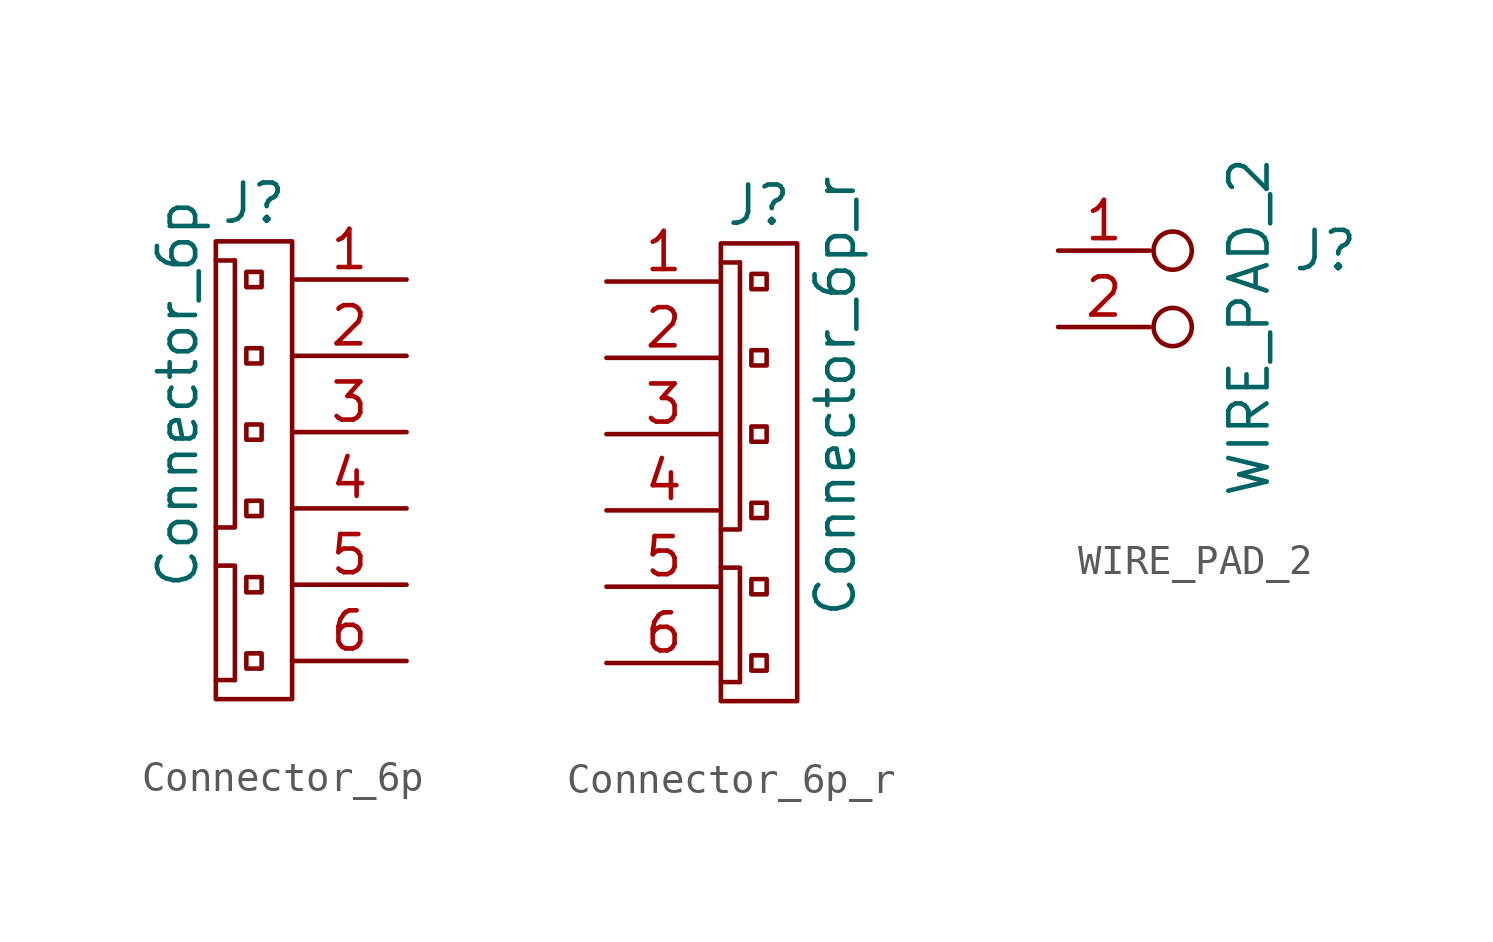
<source format=kicad_sym>
(kicad_symbol_lib
  (version 20211014)
  (generator kicad_symbol_editor)
  (symbol "Connector_6p"
    (pin_names
      (offset 1.016) hide)
    (property "Reference" "J"
      (at 0 8.89 0)
      (effects (font (size 1.27 1.27))))
    (property "Value" "Connector_6p"
      (at -2.54 2.54 90)
      (effects (font (size 1.27 1.27))))
    (property "Datasheet" ""
      (at 3.81 -3.81 0)
      (effects (font (size 1.27 1.27))))
    (symbol "Connector_6p_0_1"
      (polyline (pts (xy -0.635 -6.985) (xy -1.27 -6.985)) (stroke (width 0.152) (type default) (color 0 0 0 0)) (fill (type none)))
      (polyline (pts (xy -0.635 6.985) (xy -1.27 6.985)) (stroke (width 0.152) (type default) (color 0 0 0 0)) (fill (type none)))
      (polyline (pts (xy -1.27 -1.905) (xy -0.635 -1.905) (xy -0.635 6.985)) (stroke (width 0.152) (type default) (color 0 0 0 0)) (fill (type none)))
      (polyline (pts (xy -0.635 -6.985) (xy -0.635 -3.175) (xy -1.27 -3.175)) (stroke (width 0.152) (type default) (color 0 0 0 0)) (fill (type none)))
      (rectangle (start 0.254 -6.096) (end -0.254 -6.604) (stroke (width 0.152) (type default) (color 0 0 0 0)) (fill (type none)))
      (rectangle (start 0.254 -3.556) (end -0.254 -4.064) (stroke (width 0.152) (type default) (color 0 0 0 0)) (fill (type none)))
      (rectangle (start 0.254 -1.016) (end -0.254 -1.524) (stroke (width 0.152) (type default) (color 0 0 0 0)) (fill (type none)))
      (rectangle (start 0.254 1.524) (end -0.254 1.016) (stroke (width 0.152) (type default) (color 0 0 0 0)) (fill (type none)))
      (rectangle (start 0.254 4.064) (end -0.254 3.556) (stroke (width 0.152) (type default) (color 0 0 0 0)) (fill (type none)))
      (rectangle (start 0.254 6.604) (end -0.254 6.096) (stroke (width 0.152) (type default) (color 0 0 0 0)) (fill (type none)))
      (rectangle (start 1.27 7.62) (end -1.27 -7.62) (stroke (width 0) (type default) (color 0 0 0 0)) (fill (type none))))
    (symbol "Connector_6p_1_1"
      (pin passive line (at 5.08 6.35 180) (length 3.81) (name "P1" (effects (font (size 1.27 1.27)))) (number "1" (effects (font (size 1.27 1.27)))))
      (pin passive line (at 5.08 3.81 180) (length 3.81) (name "P2" (effects (font (size 1.27 1.27)))) (number "2" (effects (font (size 1.27 1.27)))))
      (pin passive line (at 5.08 1.27 180) (length 3.81) (name "P3" (effects (font (size 1.27 1.27)))) (number "3" (effects (font (size 1.27 1.27)))))
      (pin passive line (at 5.08 -1.27 180) (length 3.81) (name "P4" (effects (font (size 1.27 1.27)))) (number "4" (effects (font (size 1.27 1.27)))))
      (pin passive line (at 5.08 -3.81 180) (length 3.81) (name "P5" (effects (font (size 1.27 1.27)))) (number "5" (effects (font (size 1.27 1.27)))))
      (pin passive line (at 5.08 -6.35 180) (length 3.81) (name "P6" (effects (font (size 1.27 1.27)))) (number "6" (effects (font (size 1.27 1.27)))))))
  (symbol "Connector_6p_r"
    (pin_names
      (offset 1.016) hide)
    (property "Reference" "J"
      (at 0 8.89 0)
      (effects (font (size 1.27 1.27))))
    (property "Value" "Connector_6p_r"
      (at 2.54 2.54 90)
      (effects (font (size 1.27 1.27))))
    (property "Datasheet" ""
      (at -3.81 -3.81 0)
      (effects (font (size 1.27 1.27))))
    (symbol "Connector_6p_r_0_1"
      (polyline (pts (xy -0.635 -6.985) (xy -1.27 -6.985)) (stroke (width 0.152) (type default) (color 0 0 0 0)) (fill (type none)))
      (polyline (pts (xy -0.635 6.985) (xy -1.27 6.985)) (stroke (width 0.152) (type default) (color 0 0 0 0)) (fill (type none)))
      (polyline (pts (xy -1.27 -1.905) (xy -0.635 -1.905) (xy -0.635 6.985)) (stroke (width 0.152) (type default) (color 0 0 0 0)) (fill (type none)))
      (polyline (pts (xy -0.635 -6.985) (xy -0.635 -3.175) (xy -1.27 -3.175)) (stroke (width 0.152) (type default) (color 0 0 0 0)) (fill (type none)))
      (rectangle (start 0.254 -6.096) (end -0.254 -6.604) (stroke (width 0.152) (type default) (color 0 0 0 0)) (fill (type none)))
      (rectangle (start 0.254 -3.556) (end -0.254 -4.064) (stroke (width 0.152) (type default) (color 0 0 0 0)) (fill (type none)))
      (rectangle (start 0.254 -1.016) (end -0.254 -1.524) (stroke (width 0.152) (type default) (color 0 0 0 0)) (fill (type none)))
      (rectangle (start 0.254 1.524) (end -0.254 1.016) (stroke (width 0.152) (type default) (color 0 0 0 0)) (fill (type none)))
      (rectangle (start 0.254 4.064) (end -0.254 3.556) (stroke (width 0.152) (type default) (color 0 0 0 0)) (fill (type none)))
      (rectangle (start 0.254 6.604) (end -0.254 6.096) (stroke (width 0.152) (type default) (color 0 0 0 0)) (fill (type none)))
      (rectangle (start 1.27 7.62) (end -1.27 -7.62) (stroke (width 0) (type default) (color 0 0 0 0)) (fill (type none))))
    (symbol "Connector_6p_r_1_1"
      (pin passive line (at -5.08 6.35 0) (length 3.81) (name "P1" (effects (font (size 1.27 1.27)))) (number "1" (effects (font (size 1.27 1.27)))))
      (pin passive line (at -5.08 3.81 0) (length 3.81) (name "P2" (effects (font (size 1.27 1.27)))) (number "2" (effects (font (size 1.27 1.27)))))
      (pin passive line (at -5.08 1.27 0) (length 3.81) (name "P3" (effects (font (size 1.27 1.27)))) (number "3" (effects (font (size 1.27 1.27)))))
      (pin passive line (at -5.08 -1.27 0) (length 3.81) (name "P4" (effects (font (size 1.27 1.27)))) (number "4" (effects (font (size 1.27 1.27)))))
      (pin passive line (at -5.08 -3.81 0) (length 3.81) (name "P5" (effects (font (size 1.27 1.27)))) (number "5" (effects (font (size 1.27 1.27)))))
      (pin passive line (at -5.08 -6.35 0) (length 3.81) (name "P6" (effects (font (size 1.27 1.27)))) (number "6" (effects (font (size 1.27 1.27)))))))
  (symbol "WIRE_PAD_2"
    (pin_names
      (offset 1.016) hide)
    (property "Reference" "J"
      (at 5.08 1.27 0)
      (effects (font (size 1.27 1.27))))
    (property "Value" "WIRE_PAD_2"
      (at 2.54 -1.27 90)
      (effects (font (size 1.27 1.27))))
    (property "Datasheet" ""
      (at 0 0 0)
      (effects (font (size 1.27 1.27))))
    (symbol "WIRE_PAD_2_0_1"
      (circle (center 0 -1.27) (radius 0.635) (stroke (width 0.152) (type default) (color 0 0 0 0)) (fill (type none)))
      (circle (center 0 1.27) (radius 0.635) (stroke (width 0.152) (type default) (color 0 0 0 0)) (fill (type none))))
    (symbol "WIRE_PAD_2_1_1"
      (pin passive line (at -3.81 1.27 0) (length 3.048) (name "P1" (effects (font (size 1.27 1.27)))) (number "1" (effects (font (size 1.27 1.27)))))
      (pin passive line (at -3.81 -1.27 0) (length 3.048) (name "P2" (effects (font (size 1.27 1.27)))) (number "2" (effects (font (size 1.27 1.27))))))))
</source>
